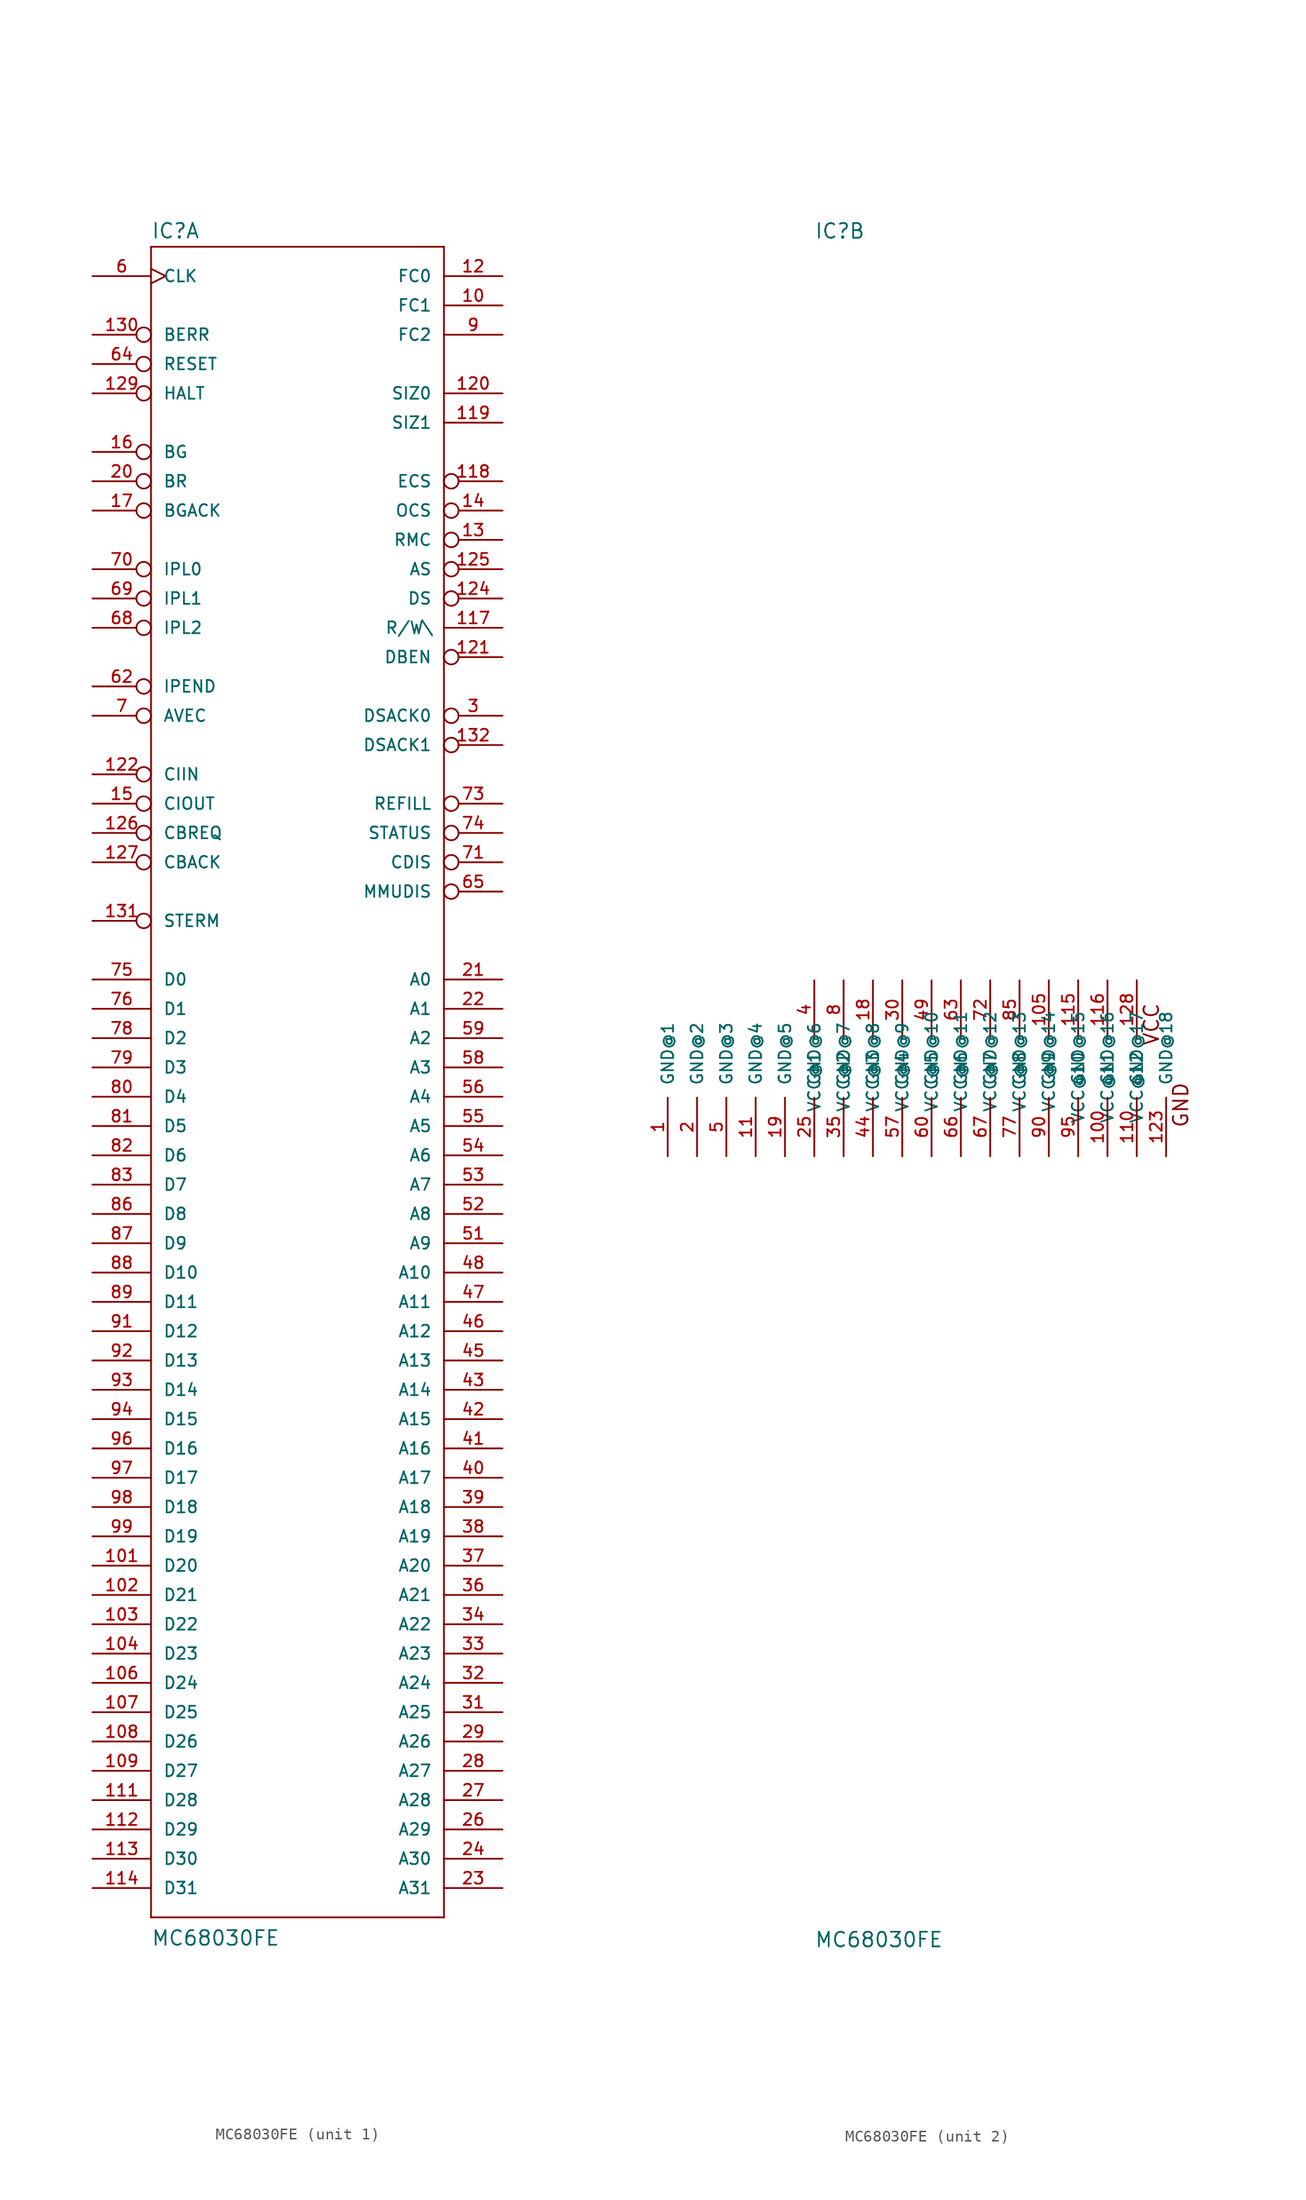
<source format=kicad_sym>
(kicad_symbol_lib
  (version 20220914)
  (generator kicad_symbol_editor)
  (symbol "MC68030FE"
    (pin_names
      (offset 1.016))
    (property "Reference" "IC"
      (at -12.7 71.755 0)
      (effects (font (size 1.27 1.27)) (justify left bottom)))
    (property "Value" "MC68030FE"
      (at -12.7 -76.2 0)
      (effects (font (size 1.27 1.27)) (justify left bottom)))
    (property "Datasheet" ""
      (at 0 0 0)
      (effects (font (size 1.524 1.524))))
    (property "ki_locked" ""
      (at 0 0 0)
      (effects (font (size 1.27 1.27))))
    (symbol "MC68030FE_1_0"
      (polyline (pts (xy -12.7 -73.66) (xy -12.7 71.12)) (stroke (width 0) (type solid)) (fill (type none)))
      (polyline (pts (xy -12.7 -73.66) (xy 12.7 -73.66)) (stroke (width 0) (type solid)) (fill (type none)))
      (polyline (pts (xy 12.7 71.12) (xy -12.7 71.12)) (stroke (width 0) (type solid)) (fill (type none)))
      (polyline (pts (xy 12.7 71.12) (xy 12.7 -73.66)) (stroke (width 0) (type solid)) (fill (type none))))
    (symbol "MC68030FE_1_1"
      (pin output line (at 17.78 66.04 180) (length 5.08) (name "FC1" (effects (font (size 1.016 1.016)))) (number "10" (effects (font (size 1.016 1.016)))))
      (pin bidirectional line (at -17.78 -43.18 0) (length 5.08) (name "D20" (effects (font (size 1.016 1.016)))) (number "101" (effects (font (size 1.016 1.016)))))
      (pin bidirectional line (at -17.78 -45.72 0) (length 5.08) (name "D21" (effects (font (size 1.016 1.016)))) (number "102" (effects (font (size 1.016 1.016)))))
      (pin bidirectional line (at -17.78 -48.26 0) (length 5.08) (name "D22" (effects (font (size 1.016 1.016)))) (number "103" (effects (font (size 1.016 1.016)))))
      (pin bidirectional line (at -17.78 -50.8 0) (length 5.08) (name "D23" (effects (font (size 1.016 1.016)))) (number "104" (effects (font (size 1.016 1.016)))))
      (pin bidirectional line (at -17.78 -53.34 0) (length 5.08) (name "D24" (effects (font (size 1.016 1.016)))) (number "106" (effects (font (size 1.016 1.016)))))
      (pin bidirectional line (at -17.78 -55.88 0) (length 5.08) (name "D25" (effects (font (size 1.016 1.016)))) (number "107" (effects (font (size 1.016 1.016)))))
      (pin bidirectional line (at -17.78 -58.42 0) (length 5.08) (name "D26" (effects (font (size 1.016 1.016)))) (number "108" (effects (font (size 1.016 1.016)))))
      (pin bidirectional line (at -17.78 -60.96 0) (length 5.08) (name "D27" (effects (font (size 1.016 1.016)))) (number "109" (effects (font (size 1.016 1.016)))))
      (pin bidirectional line (at -17.78 -63.5 0) (length 5.08) (name "D28" (effects (font (size 1.016 1.016)))) (number "111" (effects (font (size 1.016 1.016)))))
      (pin bidirectional line (at -17.78 -66.04 0) (length 5.08) (name "D29" (effects (font (size 1.016 1.016)))) (number "112" (effects (font (size 1.016 1.016)))))
      (pin bidirectional line (at -17.78 -68.58 0) (length 5.08) (name "D30" (effects (font (size 1.016 1.016)))) (number "113" (effects (font (size 1.016 1.016)))))
      (pin bidirectional line (at -17.78 -71.12 0) (length 5.08) (name "D31" (effects (font (size 1.016 1.016)))) (number "114" (effects (font (size 1.016 1.016)))))
      (pin output line (at 17.78 38.1 180) (length 5.08) (name "R/W\\" (effects (font (size 1.016 1.016)))) (number "117" (effects (font (size 1.016 1.016)))))
      (pin output inverted (at 17.78 50.8 180) (length 5.08) (name "ECS" (effects (font (size 1.016 1.016)))) (number "118" (effects (font (size 1.016 1.016)))))
      (pin output line (at 17.78 55.88 180) (length 5.08) (name "SIZ1" (effects (font (size 1.016 1.016)))) (number "119" (effects (font (size 1.016 1.016)))))
      (pin output line (at 17.78 68.58 180) (length 5.08) (name "FC0" (effects (font (size 1.016 1.016)))) (number "12" (effects (font (size 1.016 1.016)))))
      (pin output line (at 17.78 58.42 180) (length 5.08) (name "SIZ0" (effects (font (size 1.016 1.016)))) (number "120" (effects (font (size 1.016 1.016)))))
      (pin output inverted (at 17.78 35.56 180) (length 5.08) (name "DBEN" (effects (font (size 1.016 1.016)))) (number "121" (effects (font (size 1.016 1.016)))))
      (pin input inverted (at -17.78 25.4 0) (length 5.08) (name "CIIN" (effects (font (size 1.016 1.016)))) (number "122" (effects (font (size 1.016 1.016)))))
      (pin output inverted (at 17.78 40.64 180) (length 5.08) (name "DS" (effects (font (size 1.016 1.016)))) (number "124" (effects (font (size 1.016 1.016)))))
      (pin output inverted (at 17.78 43.18 180) (length 5.08) (name "AS" (effects (font (size 1.016 1.016)))) (number "125" (effects (font (size 1.016 1.016)))))
      (pin output inverted (at -17.78 20.32 0) (length 5.08) (name "CBREQ" (effects (font (size 1.016 1.016)))) (number "126" (effects (font (size 1.016 1.016)))))
      (pin input inverted (at -17.78 17.78 0) (length 5.08) (name "CBACK" (effects (font (size 1.016 1.016)))) (number "127" (effects (font (size 1.016 1.016)))))
      (pin input inverted (at -17.78 58.42 0) (length 5.08) (name "HALT" (effects (font (size 1.016 1.016)))) (number "129" (effects (font (size 1.016 1.016)))))
      (pin output inverted (at 17.78 45.72 180) (length 5.08) (name "RMC" (effects (font (size 1.016 1.016)))) (number "13" (effects (font (size 1.016 1.016)))))
      (pin input inverted (at -17.78 63.5 0) (length 5.08) (name "BERR" (effects (font (size 1.016 1.016)))) (number "130" (effects (font (size 1.016 1.016)))))
      (pin input inverted (at -17.78 12.7 0) (length 5.08) (name "STERM" (effects (font (size 1.016 1.016)))) (number "131" (effects (font (size 1.016 1.016)))))
      (pin input inverted (at 17.78 27.94 180) (length 5.08) (name "DSACK1" (effects (font (size 1.016 1.016)))) (number "132" (effects (font (size 1.016 1.016)))))
      (pin output inverted (at 17.78 48.26 180) (length 5.08) (name "OCS" (effects (font (size 1.016 1.016)))) (number "14" (effects (font (size 1.016 1.016)))))
      (pin output inverted (at -17.78 22.86 0) (length 5.08) (name "CIOUT" (effects (font (size 1.016 1.016)))) (number "15" (effects (font (size 1.016 1.016)))))
      (pin output inverted (at -17.78 53.34 0) (length 5.08) (name "BG" (effects (font (size 1.016 1.016)))) (number "16" (effects (font (size 1.016 1.016)))))
      (pin input inverted (at -17.78 48.26 0) (length 5.08) (name "BGACK" (effects (font (size 1.016 1.016)))) (number "17" (effects (font (size 1.016 1.016)))))
      (pin input inverted (at -17.78 50.8 0) (length 5.08) (name "BR" (effects (font (size 1.016 1.016)))) (number "20" (effects (font (size 1.016 1.016)))))
      (pin output line (at 17.78 7.62 180) (length 5.08) (name "A0" (effects (font (size 1.016 1.016)))) (number "21" (effects (font (size 1.016 1.016)))))
      (pin output line (at 17.78 5.08 180) (length 5.08) (name "A1" (effects (font (size 1.016 1.016)))) (number "22" (effects (font (size 1.016 1.016)))))
      (pin output line (at 17.78 -71.12 180) (length 5.08) (name "A31" (effects (font (size 1.016 1.016)))) (number "23" (effects (font (size 1.016 1.016)))))
      (pin output line (at 17.78 -68.58 180) (length 5.08) (name "A30" (effects (font (size 1.016 1.016)))) (number "24" (effects (font (size 1.016 1.016)))))
      (pin output line (at 17.78 -66.04 180) (length 5.08) (name "A29" (effects (font (size 1.016 1.016)))) (number "26" (effects (font (size 1.016 1.016)))))
      (pin output line (at 17.78 -63.5 180) (length 5.08) (name "A28" (effects (font (size 1.016 1.016)))) (number "27" (effects (font (size 1.016 1.016)))))
      (pin output line (at 17.78 -60.96 180) (length 5.08) (name "A27" (effects (font (size 1.016 1.016)))) (number "28" (effects (font (size 1.016 1.016)))))
      (pin output line (at 17.78 -58.42 180) (length 5.08) (name "A26" (effects (font (size 1.016 1.016)))) (number "29" (effects (font (size 1.016 1.016)))))
      (pin input inverted (at 17.78 30.48 180) (length 5.08) (name "DSACK0" (effects (font (size 1.016 1.016)))) (number "3" (effects (font (size 1.016 1.016)))))
      (pin output line (at 17.78 -55.88 180) (length 5.08) (name "A25" (effects (font (size 1.016 1.016)))) (number "31" (effects (font (size 1.016 1.016)))))
      (pin output line (at 17.78 -53.34 180) (length 5.08) (name "A24" (effects (font (size 1.016 1.016)))) (number "32" (effects (font (size 1.016 1.016)))))
      (pin output line (at 17.78 -50.8 180) (length 5.08) (name "A23" (effects (font (size 1.016 1.016)))) (number "33" (effects (font (size 1.016 1.016)))))
      (pin output line (at 17.78 -48.26 180) (length 5.08) (name "A22" (effects (font (size 1.016 1.016)))) (number "34" (effects (font (size 1.016 1.016)))))
      (pin output line (at 17.78 -45.72 180) (length 5.08) (name "A21" (effects (font (size 1.016 1.016)))) (number "36" (effects (font (size 1.016 1.016)))))
      (pin output line (at 17.78 -43.18 180) (length 5.08) (name "A20" (effects (font (size 1.016 1.016)))) (number "37" (effects (font (size 1.016 1.016)))))
      (pin output line (at 17.78 -40.64 180) (length 5.08) (name "A19" (effects (font (size 1.016 1.016)))) (number "38" (effects (font (size 1.016 1.016)))))
      (pin output line (at 17.78 -38.1 180) (length 5.08) (name "A18" (effects (font (size 1.016 1.016)))) (number "39" (effects (font (size 1.016 1.016)))))
      (pin output line (at 17.78 -35.56 180) (length 5.08) (name "A17" (effects (font (size 1.016 1.016)))) (number "40" (effects (font (size 1.016 1.016)))))
      (pin output line (at 17.78 -33.02 180) (length 5.08) (name "A16" (effects (font (size 1.016 1.016)))) (number "41" (effects (font (size 1.016 1.016)))))
      (pin output line (at 17.78 -30.48 180) (length 5.08) (name "A15" (effects (font (size 1.016 1.016)))) (number "42" (effects (font (size 1.016 1.016)))))
      (pin output line (at 17.78 -27.94 180) (length 5.08) (name "A14" (effects (font (size 1.016 1.016)))) (number "43" (effects (font (size 1.016 1.016)))))
      (pin output line (at 17.78 -25.4 180) (length 5.08) (name "A13" (effects (font (size 1.016 1.016)))) (number "45" (effects (font (size 1.016 1.016)))))
      (pin output line (at 17.78 -22.86 180) (length 5.08) (name "A12" (effects (font (size 1.016 1.016)))) (number "46" (effects (font (size 1.016 1.016)))))
      (pin output line (at 17.78 -20.32 180) (length 5.08) (name "A11" (effects (font (size 1.016 1.016)))) (number "47" (effects (font (size 1.016 1.016)))))
      (pin output line (at 17.78 -17.78 180) (length 5.08) (name "A10" (effects (font (size 1.016 1.016)))) (number "48" (effects (font (size 1.016 1.016)))))
      (pin output line (at 17.78 -15.24 180) (length 5.08) (name "A9" (effects (font (size 1.016 1.016)))) (number "51" (effects (font (size 1.016 1.016)))))
      (pin output line (at 17.78 -12.7 180) (length 5.08) (name "A8" (effects (font (size 1.016 1.016)))) (number "52" (effects (font (size 1.016 1.016)))))
      (pin output line (at 17.78 -10.16 180) (length 5.08) (name "A7" (effects (font (size 1.016 1.016)))) (number "53" (effects (font (size 1.016 1.016)))))
      (pin output line (at 17.78 -7.62 180) (length 5.08) (name "A6" (effects (font (size 1.016 1.016)))) (number "54" (effects (font (size 1.016 1.016)))))
      (pin output line (at 17.78 -5.08 180) (length 5.08) (name "A5" (effects (font (size 1.016 1.016)))) (number "55" (effects (font (size 1.016 1.016)))))
      (pin output line (at 17.78 -2.54 180) (length 5.08) (name "A4" (effects (font (size 1.016 1.016)))) (number "56" (effects (font (size 1.016 1.016)))))
      (pin output line (at 17.78 0 180) (length 5.08) (name "A3" (effects (font (size 1.016 1.016)))) (number "58" (effects (font (size 1.016 1.016)))))
      (pin output line (at 17.78 2.54 180) (length 5.08) (name "A2" (effects (font (size 1.016 1.016)))) (number "59" (effects (font (size 1.016 1.016)))))
      (pin input clock (at -17.78 68.58 0) (length 5.08) (name "CLK" (effects (font (size 1.016 1.016)))) (number "6" (effects (font (size 1.016 1.016)))))
      (pin output inverted (at -17.78 33.02 0) (length 5.08) (name "IPEND" (effects (font (size 1.016 1.016)))) (number "62" (effects (font (size 1.016 1.016)))))
      (pin bidirectional inverted (at -17.78 60.96 0) (length 5.08) (name "RESET" (effects (font (size 1.016 1.016)))) (number "64" (effects (font (size 1.016 1.016)))))
      (pin input inverted (at 17.78 15.24 180) (length 5.08) (name "MMUDIS" (effects (font (size 1.016 1.016)))) (number "65" (effects (font (size 1.016 1.016)))))
      (pin input inverted (at -17.78 38.1 0) (length 5.08) (name "IPL2" (effects (font (size 1.016 1.016)))) (number "68" (effects (font (size 1.016 1.016)))))
      (pin input inverted (at -17.78 40.64 0) (length 5.08) (name "IPL1" (effects (font (size 1.016 1.016)))) (number "69" (effects (font (size 1.016 1.016)))))
      (pin input inverted (at -17.78 30.48 0) (length 5.08) (name "AVEC" (effects (font (size 1.016 1.016)))) (number "7" (effects (font (size 1.016 1.016)))))
      (pin input inverted (at -17.78 43.18 0) (length 5.08) (name "IPL0" (effects (font (size 1.016 1.016)))) (number "70" (effects (font (size 1.016 1.016)))))
      (pin input inverted (at 17.78 17.78 180) (length 5.08) (name "CDIS" (effects (font (size 1.016 1.016)))) (number "71" (effects (font (size 1.016 1.016)))))
      (pin output inverted (at 17.78 22.86 180) (length 5.08) (name "REFILL" (effects (font (size 1.016 1.016)))) (number "73" (effects (font (size 1.016 1.016)))))
      (pin output inverted (at 17.78 20.32 180) (length 5.08) (name "STATUS" (effects (font (size 1.016 1.016)))) (number "74" (effects (font (size 1.016 1.016)))))
      (pin bidirectional line (at -17.78 7.62 0) (length 5.08) (name "D0" (effects (font (size 1.016 1.016)))) (number "75" (effects (font (size 1.016 1.016)))))
      (pin bidirectional line (at -17.78 5.08 0) (length 5.08) (name "D1" (effects (font (size 1.016 1.016)))) (number "76" (effects (font (size 1.016 1.016)))))
      (pin bidirectional line (at -17.78 2.54 0) (length 5.08) (name "D2" (effects (font (size 1.016 1.016)))) (number "78" (effects (font (size 1.016 1.016)))))
      (pin bidirectional line (at -17.78 0 0) (length 5.08) (name "D3" (effects (font (size 1.016 1.016)))) (number "79" (effects (font (size 1.016 1.016)))))
      (pin bidirectional line (at -17.78 -2.54 0) (length 5.08) (name "D4" (effects (font (size 1.016 1.016)))) (number "80" (effects (font (size 1.016 1.016)))))
      (pin bidirectional line (at -17.78 -5.08 0) (length 5.08) (name "D5" (effects (font (size 1.016 1.016)))) (number "81" (effects (font (size 1.016 1.016)))))
      (pin bidirectional line (at -17.78 -7.62 0) (length 5.08) (name "D6" (effects (font (size 1.016 1.016)))) (number "82" (effects (font (size 1.016 1.016)))))
      (pin bidirectional line (at -17.78 -10.16 0) (length 5.08) (name "D7" (effects (font (size 1.016 1.016)))) (number "83" (effects (font (size 1.016 1.016)))))
      (pin bidirectional line (at -17.78 -12.7 0) (length 5.08) (name "D8" (effects (font (size 1.016 1.016)))) (number "86" (effects (font (size 1.016 1.016)))))
      (pin bidirectional line (at -17.78 -15.24 0) (length 5.08) (name "D9" (effects (font (size 1.016 1.016)))) (number "87" (effects (font (size 1.016 1.016)))))
      (pin bidirectional line (at -17.78 -17.78 0) (length 5.08) (name "D10" (effects (font (size 1.016 1.016)))) (number "88" (effects (font (size 1.016 1.016)))))
      (pin bidirectional line (at -17.78 -20.32 0) (length 5.08) (name "D11" (effects (font (size 1.016 1.016)))) (number "89" (effects (font (size 1.016 1.016)))))
      (pin output line (at 17.78 63.5 180) (length 5.08) (name "FC2" (effects (font (size 1.016 1.016)))) (number "9" (effects (font (size 1.016 1.016)))))
      (pin bidirectional line (at -17.78 -22.86 0) (length 5.08) (name "D12" (effects (font (size 1.016 1.016)))) (number "91" (effects (font (size 1.016 1.016)))))
      (pin bidirectional line (at -17.78 -25.4 0) (length 5.08) (name "D13" (effects (font (size 1.016 1.016)))) (number "92" (effects (font (size 1.016 1.016)))))
      (pin bidirectional line (at -17.78 -27.94 0) (length 5.08) (name "D14" (effects (font (size 1.016 1.016)))) (number "93" (effects (font (size 1.016 1.016)))))
      (pin bidirectional line (at -17.78 -30.48 0) (length 5.08) (name "D15" (effects (font (size 1.016 1.016)))) (number "94" (effects (font (size 1.016 1.016)))))
      (pin bidirectional line (at -17.78 -33.02 0) (length 5.08) (name "D16" (effects (font (size 1.016 1.016)))) (number "96" (effects (font (size 1.016 1.016)))))
      (pin bidirectional line (at -17.78 -35.56 0) (length 5.08) (name "D17" (effects (font (size 1.016 1.016)))) (number "97" (effects (font (size 1.016 1.016)))))
      (pin bidirectional line (at -17.78 -38.1 0) (length 5.08) (name "D18" (effects (font (size 1.016 1.016)))) (number "98" (effects (font (size 1.016 1.016)))))
      (pin bidirectional line (at -17.78 -40.64 0) (length 5.08) (name "D19" (effects (font (size 1.016 1.016)))) (number "99" (effects (font (size 1.016 1.016))))))
    (symbol "MC68030FE_2_0"
      (text "GND" (at 19.05 -3.175 1) (effects (font (size 1.27 1.27))))
      (text "VCC" (at 16.51 3.81 1) (effects (font (size 1.27 1.27)))))
    (symbol "MC68030FE_2_1"
      (pin power_in line (at -25.4 -7.62 90) (length 5.08) (name "GND@1" (effects (font (size 1.016 1.016)))) (number "1" (effects (font (size 1.016 1.016)))))
      (pin power_in line (at 12.7 -7.62 90) (length 5.08) (name "GND@16" (effects (font (size 1.016 1.016)))) (number "100" (effects (font (size 1.016 1.016)))))
      (pin power_in line (at 7.62 7.62 270) (length 5.08) (name "VCC@9" (effects (font (size 1.016 1.016)))) (number "105" (effects (font (size 1.016 1.016)))))
      (pin power_in line (at -17.78 -7.62 90) (length 5.08) (name "GND@4" (effects (font (size 1.016 1.016)))) (number "11" (effects (font (size 1.016 1.016)))))
      (pin power_in line (at 15.24 -7.62 90) (length 5.08) (name "GND@17" (effects (font (size 1.016 1.016)))) (number "110" (effects (font (size 1.016 1.016)))))
      (pin power_in line (at 10.16 7.62 270) (length 5.08) (name "VCC@10" (effects (font (size 1.016 1.016)))) (number "115" (effects (font (size 1.016 1.016)))))
      (pin power_in line (at 12.7 7.62 270) (length 5.08) (name "VCC@11" (effects (font (size 1.016 1.016)))) (number "116" (effects (font (size 1.016 1.016)))))
      (pin power_in line (at 17.78 -7.62 90) (length 5.08) (name "GND@18" (effects (font (size 1.016 1.016)))) (number "123" (effects (font (size 1.016 1.016)))))
      (pin power_in line (at 15.24 7.62 270) (length 5.08) (name "VCC@12" (effects (font (size 1.016 1.016)))) (number "128" (effects (font (size 1.016 1.016)))))
      (pin power_in line (at -7.62 7.62 270) (length 5.08) (name "VCC@3" (effects (font (size 1.016 1.016)))) (number "18" (effects (font (size 1.016 1.016)))))
      (pin power_in line (at -15.24 -7.62 90) (length 5.08) (name "GND@5" (effects (font (size 1.016 1.016)))) (number "19" (effects (font (size 1.016 1.016)))))
      (pin power_in line (at -22.86 -7.62 90) (length 5.08) (name "GND@2" (effects (font (size 1.016 1.016)))) (number "2" (effects (font (size 1.016 1.016)))))
      (pin power_in line (at -12.7 -7.62 90) (length 5.08) (name "GND@6" (effects (font (size 1.016 1.016)))) (number "25" (effects (font (size 1.016 1.016)))))
      (pin power_in line (at -5.08 7.62 270) (length 5.08) (name "VCC@4" (effects (font (size 1.016 1.016)))) (number "30" (effects (font (size 1.016 1.016)))))
      (pin power_in line (at -10.16 -7.62 90) (length 5.08) (name "GND@7" (effects (font (size 1.016 1.016)))) (number "35" (effects (font (size 1.016 1.016)))))
      (pin power_in line (at -12.7 7.62 270) (length 5.08) (name "VCC@1" (effects (font (size 1.016 1.016)))) (number "4" (effects (font (size 1.016 1.016)))))
      (pin power_in line (at -7.62 -7.62 90) (length 5.08) (name "GND@8" (effects (font (size 1.016 1.016)))) (number "44" (effects (font (size 1.016 1.016)))))
      (pin power_in line (at -2.54 7.62 270) (length 5.08) (name "VCC@5" (effects (font (size 1.016 1.016)))) (number "49" (effects (font (size 1.016 1.016)))))
      (pin power_in line (at -20.32 -7.62 90) (length 5.08) (name "GND@3" (effects (font (size 1.016 1.016)))) (number "5" (effects (font (size 1.016 1.016)))))
      (pin power_in line (at -5.08 -7.62 90) (length 5.08) (name "GND@9" (effects (font (size 1.016 1.016)))) (number "57" (effects (font (size 1.016 1.016)))))
      (pin power_in line (at -2.54 -7.62 90) (length 5.08) (name "GND@10" (effects (font (size 1.016 1.016)))) (number "60" (effects (font (size 1.016 1.016)))))
      (pin power_in line (at 0 7.62 270) (length 5.08) (name "VCC@6" (effects (font (size 1.016 1.016)))) (number "63" (effects (font (size 1.016 1.016)))))
      (pin power_in line (at 0 -7.62 90) (length 5.08) (name "GND@11" (effects (font (size 1.016 1.016)))) (number "66" (effects (font (size 1.016 1.016)))))
      (pin power_in line (at 2.54 -7.62 90) (length 5.08) (name "GND@12" (effects (font (size 1.016 1.016)))) (number "67" (effects (font (size 1.016 1.016)))))
      (pin power_in line (at 2.54 7.62 270) (length 5.08) (name "VCC@7" (effects (font (size 1.016 1.016)))) (number "72" (effects (font (size 1.016 1.016)))))
      (pin power_in line (at 5.08 -7.62 90) (length 5.08) (name "GND@13" (effects (font (size 1.016 1.016)))) (number "77" (effects (font (size 1.016 1.016)))))
      (pin power_in line (at -10.16 7.62 270) (length 5.08) (name "VCC@2" (effects (font (size 1.016 1.016)))) (number "8" (effects (font (size 1.016 1.016)))))
      (pin power_in line (at 5.08 7.62 270) (length 5.08) (name "VCC@8" (effects (font (size 1.016 1.016)))) (number "85" (effects (font (size 1.016 1.016)))))
      (pin power_in line (at 7.62 -7.62 90) (length 5.08) (name "GND@14" (effects (font (size 1.016 1.016)))) (number "90" (effects (font (size 1.016 1.016)))))
      (pin power_in line (at 10.16 -7.62 90) (length 5.08) (name "GND@15" (effects (font (size 1.016 1.016)))) (number "95" (effects (font (size 1.016 1.016))))))))
</source>
